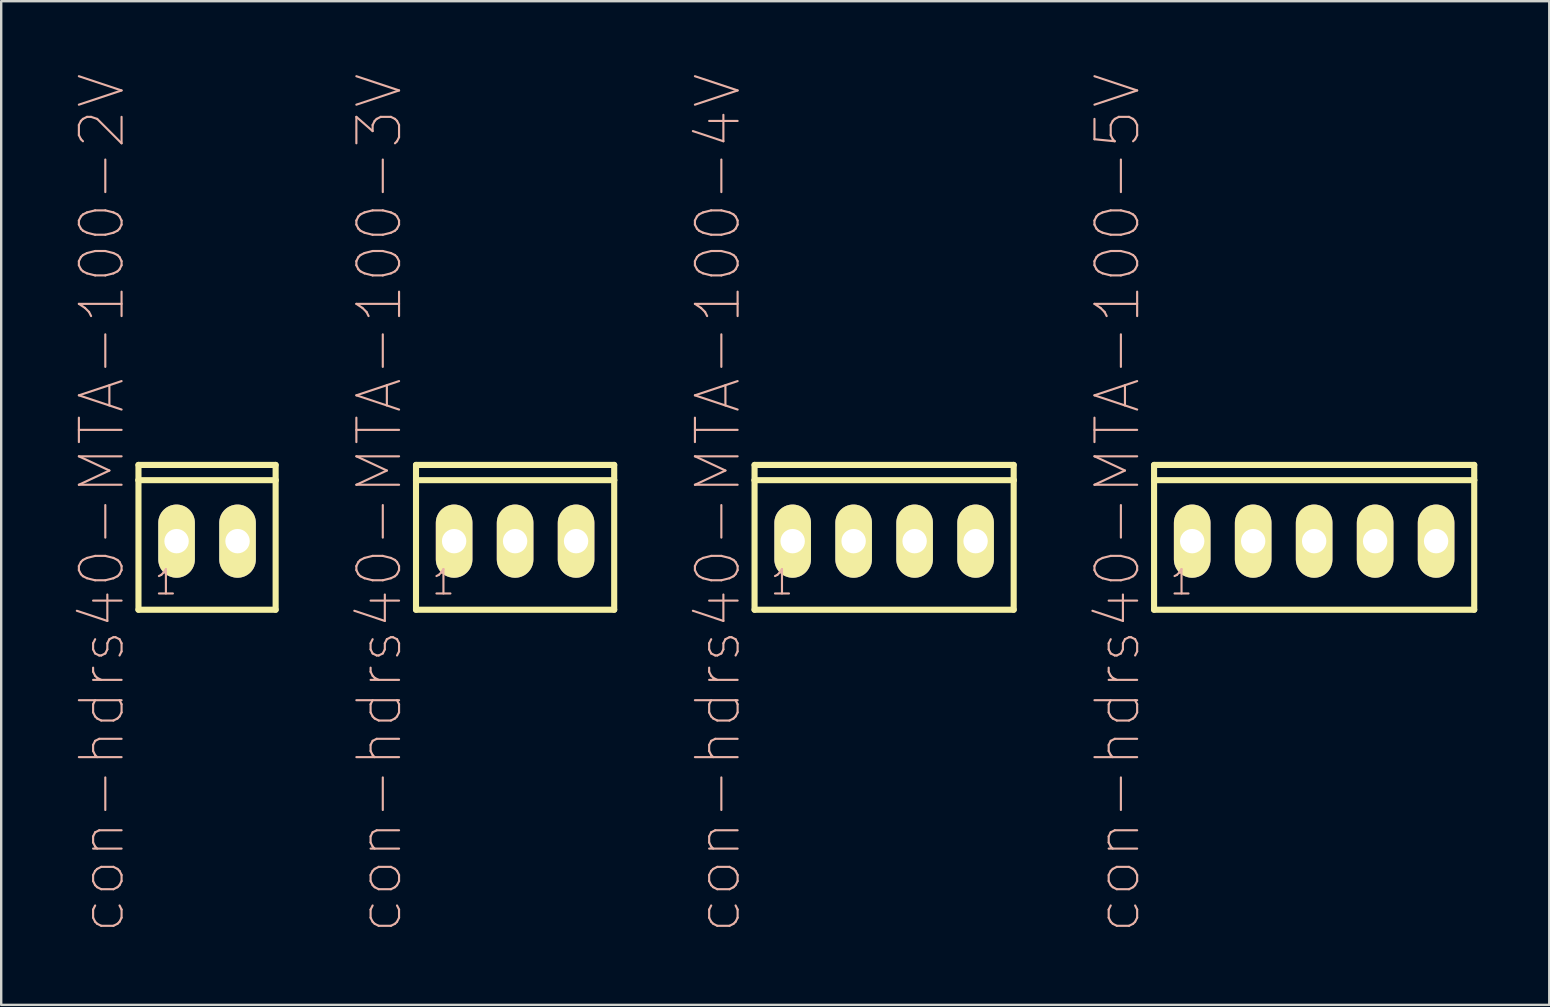
<source format=kicad_pcb>
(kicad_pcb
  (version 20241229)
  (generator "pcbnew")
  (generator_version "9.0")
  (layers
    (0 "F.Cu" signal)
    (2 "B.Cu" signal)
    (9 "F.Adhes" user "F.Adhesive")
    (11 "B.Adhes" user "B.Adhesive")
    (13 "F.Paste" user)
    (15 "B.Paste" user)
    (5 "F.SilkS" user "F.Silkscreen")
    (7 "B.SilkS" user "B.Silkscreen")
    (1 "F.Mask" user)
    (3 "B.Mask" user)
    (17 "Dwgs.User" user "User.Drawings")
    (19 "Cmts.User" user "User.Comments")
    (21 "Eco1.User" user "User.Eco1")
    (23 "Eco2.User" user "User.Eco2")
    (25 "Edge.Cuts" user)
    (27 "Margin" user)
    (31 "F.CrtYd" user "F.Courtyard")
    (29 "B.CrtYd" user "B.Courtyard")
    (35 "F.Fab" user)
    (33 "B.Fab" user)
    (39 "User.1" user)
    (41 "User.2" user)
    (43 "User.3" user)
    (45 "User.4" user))
  (footprint "con-hdrs40-MTA-100-5V"
    (layer "F.Cu")
    (at 51.692 19.492)
    (property "Reference" "con-hdrs40-MTA-100-5V" (at -8.191 -1.587 90) (layer "B.SilkS") (effects (font (size 1.778 1.778) (thickness 0.089))))
    (attr exclude_from_pos_files exclude_from_bom)
    (fp_line (start -6.668 -3.175) (end -6.668 -2.54) (stroke (width 0.254) (type solid)) (layer "F.SilkS"))
    (fp_line (start -6.668 -2.54) (end -6.668 2.857) (stroke (width 0.254) (type solid)) (layer "F.SilkS"))
    (fp_line (start -6.668 2.857) (end 6.668 2.857) (stroke (width 0.254) (type solid)) (layer "F.SilkS"))
    (fp_line (start 6.668 -3.175) (end -6.668 -3.175) (stroke (width 0.254) (type solid)) (layer "F.SilkS"))
    (fp_line (start 6.668 -2.54) (end -6.668 -2.54) (stroke (width 0.254) (type solid)) (layer "F.SilkS"))
    (fp_line (start 6.668 -2.54) (end 6.668 -3.175) (stroke (width 0.254) (type solid)) (layer "F.SilkS"))
    (fp_line (start 6.668 2.857) (end 6.668 -2.54) (stroke (width 0.254) (type solid)) (layer "F.SilkS"))
    (fp_text user "1" (at -5.524 1.714 0) (layer "B.SilkS") (effects (font (size 1.016 1.016) (thickness 0.089))))
    (pad "1" thru_hole oval (at -5.08 0) (size 1.524 3.048) (drill 1.016) (layers "*.Cu" "F.Mask" "F.SilkS" "F.Paste"))
    (pad "2" thru_hole oval (at -2.54 0) (size 1.524 3.048) (drill 1.016) (layers "*.Cu" "F.Mask" "F.SilkS" "F.Paste"))
    (pad "3" thru_hole oval (at 0 0) (size 1.524 3.048) (drill 1.016) (layers "*.Cu" "F.Mask" "F.SilkS" "F.Paste"))
    (pad "4" thru_hole oval (at 2.54 0) (size 1.524 3.048) (drill 1.016) (layers "*.Cu" "F.Mask" "F.SilkS" "F.Paste"))
    (pad "5" thru_hole oval (at 5.08 0) (size 1.524 3.048) (drill 1.016) (layers "*.Cu" "F.Mask" "F.SilkS" "F.Paste")))
  (footprint "con-hdrs40-MTA-100-2V"
    (layer "F.Cu")
    (at 5.575 19.492)
    (property "Reference" "con-hdrs40-MTA-100-2V" (at -4.379 -1.587 90) (layer "B.SilkS") (effects (font (size 1.778 1.778) (thickness 0.089))))
    (attr exclude_from_pos_files exclude_from_bom)
    (fp_line (start -2.857 -3.175) (end -2.857 -2.54) (stroke (width 0.254) (type solid)) (layer "F.SilkS"))
    (fp_line (start -2.857 -2.54) (end -2.857 2.857) (stroke (width 0.254) (type solid)) (layer "F.SilkS"))
    (fp_line (start -2.857 2.857) (end 2.857 2.857) (stroke (width 0.254) (type solid)) (layer "F.SilkS"))
    (fp_line (start 2.857 -3.175) (end -2.857 -3.175) (stroke (width 0.254) (type solid)) (layer "F.SilkS"))
    (fp_line (start 2.857 -2.54) (end -2.857 -2.54) (stroke (width 0.254) (type solid)) (layer "F.SilkS"))
    (fp_line (start 2.857 -2.54) (end 2.857 -3.175) (stroke (width 0.254) (type solid)) (layer "F.SilkS"))
    (fp_line (start 2.857 2.857) (end 2.857 -2.54) (stroke (width 0.254) (type solid)) (layer "F.SilkS"))
    (fp_text user "1" (at -1.714 1.714 0) (layer "B.SilkS") (effects (font (size 1.016 1.016) (thickness 0.089))))
    (pad "1" thru_hole oval (at -1.27 0) (size 1.524 3.048) (drill 1.016) (layers "*.Cu" "F.Mask" "F.SilkS" "F.Paste"))
    (pad "2" thru_hole oval (at 1.27 0) (size 1.524 3.048) (drill 1.016) (layers "*.Cu" "F.Mask" "F.SilkS" "F.Paste")))
  (footprint "con-hdrs40-MTA-100-4V"
    (layer "F.Cu")
    (at 33.779 19.492)
    (property "Reference" "con-hdrs40-MTA-100-4V" (at -6.921 -1.587 90) (layer "B.SilkS") (effects (font (size 1.778 1.778) (thickness 0.089))))
    (attr exclude_from_pos_files exclude_from_bom)
    (fp_line (start -5.397 -3.175) (end -5.397 -2.54) (stroke (width 0.254) (type solid)) (layer "F.SilkS"))
    (fp_line (start -5.397 -2.54) (end -5.397 2.857) (stroke (width 0.254) (type solid)) (layer "F.SilkS"))
    (fp_line (start -5.397 2.857) (end 5.397 2.857) (stroke (width 0.254) (type solid)) (layer "F.SilkS"))
    (fp_line (start 5.397 -3.175) (end -5.397 -3.175) (stroke (width 0.254) (type solid)) (layer "F.SilkS"))
    (fp_line (start 5.397 -2.54) (end -5.397 -2.54) (stroke (width 0.254) (type solid)) (layer "F.SilkS"))
    (fp_line (start 5.397 -2.54) (end 5.397 -3.175) (stroke (width 0.254) (type solid)) (layer "F.SilkS"))
    (fp_line (start 5.397 2.857) (end 5.397 -2.54) (stroke (width 0.254) (type solid)) (layer "F.SilkS"))
    (fp_text user "1" (at -4.255 1.714 0) (layer "B.SilkS") (effects (font (size 1.016 1.016) (thickness 0.089))))
    (pad "1" thru_hole oval (at -3.81 0) (size 1.524 3.048) (drill 1.016) (layers "*.Cu" "F.Mask" "F.SilkS" "F.Paste"))
    (pad "2" thru_hole oval (at -1.27 0) (size 1.524 3.048) (drill 1.016) (layers "*.Cu" "F.Mask" "F.SilkS" "F.Paste"))
    (pad "3" thru_hole oval (at 1.27 0) (size 1.524 3.048) (drill 1.016) (layers "*.Cu" "F.Mask" "F.SilkS" "F.Paste"))
    (pad "4" thru_hole oval (at 3.81 0) (size 1.524 3.048) (drill 1.016) (layers "*.Cu" "F.Mask" "F.SilkS" "F.Paste")))
  (footprint "con-hdrs40-MTA-100-3V"
    (layer "F.Cu")
    (at 18.407 19.492)
    (property "Reference" "con-hdrs40-MTA-100-3V" (at -5.652 -1.587 90) (layer "B.SilkS") (effects (font (size 1.778 1.778) (thickness 0.089))))
    (attr exclude_from_pos_files exclude_from_bom)
    (fp_line (start -4.128 -3.175) (end -4.128 -2.54) (stroke (width 0.254) (type solid)) (layer "F.SilkS"))
    (fp_line (start -4.128 -2.54) (end -4.128 2.857) (stroke (width 0.254) (type solid)) (layer "F.SilkS"))
    (fp_line (start -4.128 2.857) (end 4.128 2.857) (stroke (width 0.254) (type solid)) (layer "F.SilkS"))
    (fp_line (start 4.128 -3.175) (end -4.128 -3.175) (stroke (width 0.254) (type solid)) (layer "F.SilkS"))
    (fp_line (start 4.128 -2.54) (end -4.128 -2.54) (stroke (width 0.254) (type solid)) (layer "F.SilkS"))
    (fp_line (start 4.128 -2.54) (end 4.128 -3.175) (stroke (width 0.254) (type solid)) (layer "F.SilkS"))
    (fp_line (start 4.128 2.857) (end 4.128 -2.54) (stroke (width 0.254) (type solid)) (layer "F.SilkS"))
    (fp_text user "1" (at -2.985 1.714 0) (layer "B.SilkS") (effects (font (size 1.016 1.016) (thickness 0.089))))
    (pad "1" thru_hole oval (at -2.54 0) (size 1.524 3.048) (drill 1.016) (layers "*.Cu" "F.Mask" "F.SilkS" "F.Paste"))
    (pad "2" thru_hole oval (at 0 0) (size 1.524 3.048) (drill 1.016) (layers "*.Cu" "F.Mask" "F.SilkS" "F.Paste"))
    (pad "3" thru_hole oval (at 2.54 0) (size 1.524 3.048) (drill 1.016) (layers "*.Cu" "F.Mask" "F.SilkS" "F.Paste")))
  (gr_rect
    (start -3 -3)
    (end 61.486 38.81)
    (stroke (width 0.1) (type default))
    (fill no)
    (layer "Edge.Cuts")))
</source>
